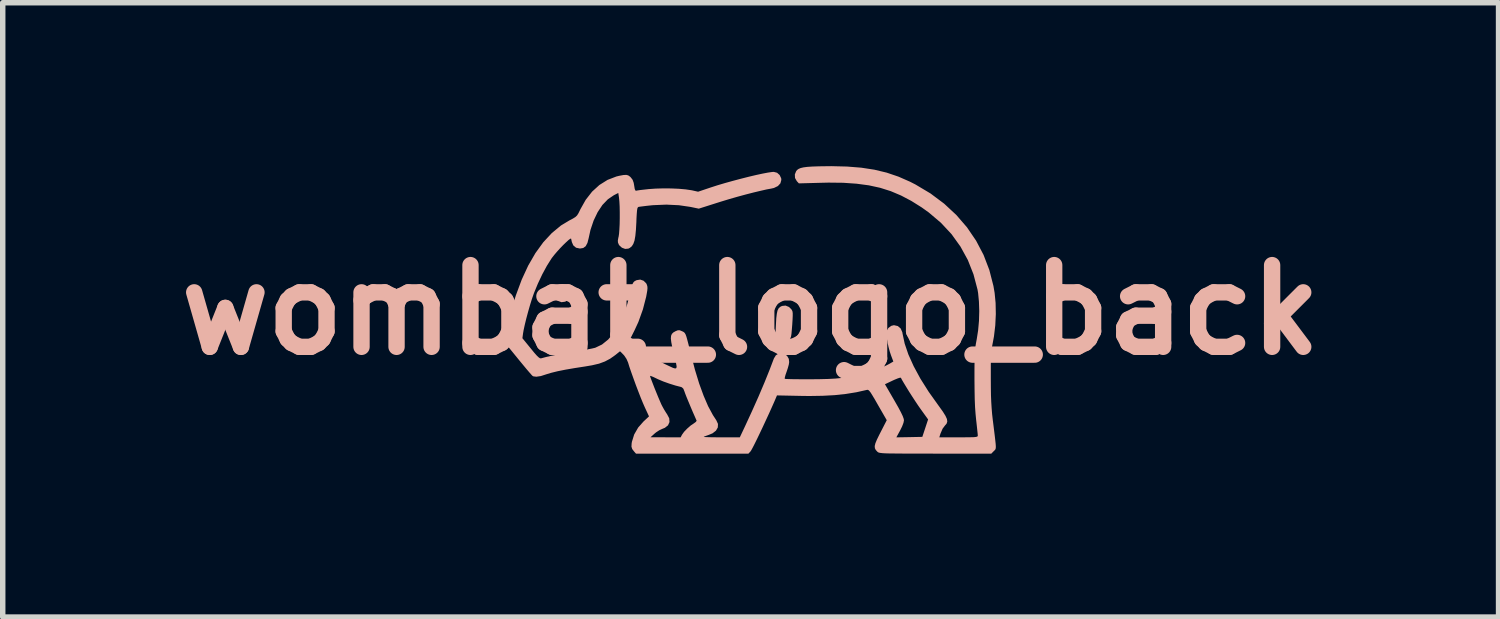
<source format=kicad_pcb>
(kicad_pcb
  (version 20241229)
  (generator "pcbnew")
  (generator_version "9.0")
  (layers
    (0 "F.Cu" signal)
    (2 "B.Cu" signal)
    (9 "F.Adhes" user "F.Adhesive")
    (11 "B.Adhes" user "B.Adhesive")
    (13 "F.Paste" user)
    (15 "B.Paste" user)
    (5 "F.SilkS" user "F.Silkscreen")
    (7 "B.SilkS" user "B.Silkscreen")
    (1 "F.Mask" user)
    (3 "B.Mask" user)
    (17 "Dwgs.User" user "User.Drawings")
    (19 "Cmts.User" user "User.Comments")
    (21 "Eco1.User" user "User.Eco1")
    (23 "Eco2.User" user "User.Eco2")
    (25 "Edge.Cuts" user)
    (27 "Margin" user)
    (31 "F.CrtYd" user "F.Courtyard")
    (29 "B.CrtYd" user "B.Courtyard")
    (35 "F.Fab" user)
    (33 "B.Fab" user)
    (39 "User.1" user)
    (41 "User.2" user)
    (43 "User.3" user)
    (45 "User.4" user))
  (footprint "wombat_logo_back"
    (layer "F.Cu")
    (at 10.729 2.638)
    (property "Reference" "wombat_logo_back" (at 0 0 0) (layer "B.SilkS") (effects (font (size 1.5 1.5) (thickness 0.3))))
    (attr board_only exclude_from_pos_files exclude_from_bom)
    (fp_poly (pts (xy -3.403 -0.47) (xy -3.365 -0.452) (xy -3.335 -0.421) (xy -3.296 -0.352) (xy -3.291 -0.283) (xy -3.32 -0.216) (xy -3.341 -0.192) (xy -3.404 -0.15) (xy -3.473 -0.141) (xy -3.542 -0.167) (xy -3.569 -0.186) (xy -3.605 -0.223) (xy -3.621 -0.262) (xy -3.624 -0.31) (xy -3.611 -0.388) (xy -3.573 -0.442) (xy -3.51 -0.47) (xy -3.459 -0.475)) (stroke (width 0) (type solid)) (fill yes) (layer "B.SilkS"))
    (fp_poly (pts (xy 0.702 -0.054) (xy 0.745 -0.013) (xy 0.759 0.008) (xy 0.768 0.031) (xy 0.772 0.062) (xy 0.772 0.109) (xy 0.769 0.178) (xy 0.763 0.274) (xy 0.755 0.371) (xy 0.749 0.439) (xy 0.742 0.485) (xy 0.732 0.515) (xy 0.719 0.536) (xy 0.7 0.554) (xy 0.697 0.556) (xy 0.634 0.592) (xy 0.569 0.594) (xy 0.508 0.562) (xy 0.498 0.552) (xy 0.452 0.506) (xy 0.464 0.268) (xy 0.47 0.154) (xy 0.48 0.071) (xy 0.493 0.012) (xy 0.513 -0.028) (xy 0.54 -0.054) (xy 0.575 -0.072) (xy 0.64 -0.079)) (stroke (width 0) (type solid)) (fill yes) (layer "B.SilkS"))
    (fp_poly (pts (xy 1.769 -2.631) (xy 2.031 -2.61) (xy 2.272 -2.573) (xy 2.497 -2.519) (xy 2.712 -2.446) (xy 2.924 -2.353) (xy 3.024 -2.302) (xy 3.301 -2.137) (xy 3.551 -1.95) (xy 3.775 -1.742) (xy 3.971 -1.515) (xy 4.138 -1.27) (xy 4.275 -1.009) (xy 4.381 -0.732) (xy 4.456 -0.44) (xy 4.478 -0.312) (xy 4.496 -0.127) (xy 4.5 0.076) (xy 4.49 0.285) (xy 4.466 0.486) (xy 4.447 0.589) (xy 4.435 0.651) (xy 4.425 0.709) (xy 4.418 0.767) (xy 4.413 0.831) (xy 4.41 0.909) (xy 4.408 1.004) (xy 4.408 1.124) (xy 4.408 1.258) (xy 4.409 1.426) (xy 4.411 1.568) (xy 4.416 1.69) (xy 4.423 1.802) (xy 4.432 1.912) (xy 4.445 2.027) (xy 4.448 2.049) (xy 4.466 2.194) (xy 4.48 2.307) (xy 4.49 2.394) (xy 4.497 2.458) (xy 4.5 2.504) (xy 4.499 2.534) (xy 4.495 2.554) (xy 4.487 2.568) (xy 4.477 2.579) (xy 4.463 2.592) (xy 4.462 2.593) (xy 4.417 2.639) (xy 3.39 2.639) (xy 3.174 2.638) (xy 2.991 2.638) (xy 2.837 2.638) (xy 2.711 2.637) (xy 2.608 2.636) (xy 2.527 2.635) (xy 2.464 2.633) (xy 2.418 2.63) (xy 2.384 2.626) (xy 2.361 2.622) (xy 2.345 2.617) (xy 2.334 2.61) (xy 2.325 2.603) (xy 2.296 2.571) (xy 2.28 2.539) (xy 2.277 2.5) (xy 2.289 2.45) (xy 2.317 2.382) (xy 2.361 2.292) (xy 2.382 2.251) (xy 2.498 2.025) (xy 2.335 1.742) (xy 2.278 1.642) (xy 2.234 1.569) (xy 2.203 1.519) (xy 2.179 1.488) (xy 2.161 1.472) (xy 2.145 1.467) (xy 2.128 1.47) (xy 1.941 1.512) (xy 1.748 1.543) (xy 1.544 1.565) (xy 1.322 1.577) (xy 1.076 1.581) (xy 0.923 1.579) (xy 0.483 1.57) (xy 0.441 1.669) (xy 0.391 1.782) (xy 0.337 1.902) (xy 0.28 2.025) (xy 0.223 2.148) (xy 0.168 2.264) (xy 0.117 2.37) (xy 0.072 2.461) (xy 0.035 2.533) (xy 0.009 2.58) (xy -0.003 2.598) (xy -0.041 2.639) (xy -1.073 2.639) (xy -2.105 2.639) (xy -2.14 2.599) (xy -2.174 2.555) (xy -2.188 2.511) (xy -2.185 2.454) (xy -2.18 2.422) (xy -2.138 2.287) (xy -2.065 2.16) (xy -1.967 2.049) (xy -1.866 1.955) (xy -1.942 1.791) (xy -1.975 1.716) (xy -2.016 1.617) (xy -2.061 1.501) (xy -2.108 1.378) (xy -2.153 1.254) (xy -2.168 1.212) (xy -1.847 1.212) (xy -1.841 1.236) (xy -1.823 1.284) (xy -1.797 1.352) (xy -1.766 1.432) (xy -1.732 1.516) (xy -1.698 1.599) (xy -1.666 1.674) (xy -1.64 1.734) (xy -1.626 1.762) (xy -1.591 1.826) (xy -1.553 1.888) (xy -1.534 1.916) (xy -1.495 1.99) (xy -1.49 2.059) (xy -1.517 2.119) (xy -1.575 2.165) (xy -1.622 2.184) (xy -1.676 2.209) (xy -1.736 2.248) (xy -1.765 2.272) (xy -1.838 2.338) (xy -1.562 2.339) (xy -1.285 2.339) (xy -1.26 2.291) (xy -1.222 2.238) (xy -1.165 2.179) (xy -1.1 2.122) (xy -1.042 2.083) (xy -1.007 2.057) (xy -0.992 2.036) (xy -0.993 2.032) (xy -1.028 1.952) (xy -1.068 1.861) (xy -1.108 1.766) (xy -1.146 1.675) (xy -1.179 1.595) (xy -1.203 1.533) (xy -1.215 1.499) (xy -1.235 1.448) (xy -1.262 1.422) (xy -1.283 1.414) (xy -1.38 1.389) (xy -1.492 1.354) (xy -1.604 1.314) (xy -1.701 1.273) (xy -1.728 1.26) (xy -1.784 1.233) (xy -1.826 1.216) (xy -1.846 1.211) (xy -1.847 1.212) (xy -2.168 1.212) (xy -2.194 1.139) (xy -2.228 1.04) (xy -2.25 0.967) (xy -2.279 0.901) (xy -2.322 0.837) (xy -2.334 0.824) (xy -2.397 0.759) (xy -2.487 0.831) (xy -2.579 0.896) (xy -2.675 0.947) (xy -2.783 0.987) (xy -2.911 1.017) (xy -3.04 1.039) (xy -3.228 1.068) (xy -3.397 1.097) (xy -3.542 1.126) (xy -3.66 1.155) (xy -3.746 1.181) (xy -3.746 1.181) (xy -3.852 1.215) (xy -3.934 1.227) (xy -3.99 1.22) (xy -4.005 1.211) (xy -4.024 1.191) (xy -4.062 1.148) (xy -4.115 1.086) (xy -4.178 1.01) (xy -4.249 0.924) (xy -4.271 0.897) (xy -4.507 0.607) (xy -4.496 0.504) (xy -4.48 0.392) (xy -4.453 0.256) (xy -4.417 0.104) (xy -4.373 -0.057) (xy -4.325 -0.218) (xy -4.309 -0.269) (xy -4.203 -0.554) (xy -4.084 -0.812) (xy -3.951 -1.042) (xy -3.806 -1.242) (xy -3.649 -1.411) (xy -3.482 -1.549) (xy -3.331 -1.64) (xy -3.263 -1.676) (xy -3.218 -1.704) (xy -3.187 -1.733) (xy -3.162 -1.772) (xy -3.134 -1.829) (xy -3.126 -1.846) (xy -3.028 -2.02) (xy -2.911 -2.17) (xy -2.777 -2.292) (xy -2.627 -2.386) (xy -2.466 -2.448) (xy -2.413 -2.461) (xy -2.337 -2.475) (xy -2.285 -2.478) (xy -2.248 -2.469) (xy -2.215 -2.446) (xy -2.2 -2.431) (xy -2.167 -2.388) (xy -2.147 -2.332) (xy -2.138 -2.28) (xy -2.128 -2.219) (xy -2.115 -2.19) (xy -2.103 -2.187) (xy -2.078 -2.192) (xy -2.025 -2.2) (xy -1.953 -2.208) (xy -1.873 -2.217) (xy -1.746 -2.226) (xy -1.606 -2.23) (xy -1.461 -2.229) (xy -1.321 -2.223) (xy -1.195 -2.212) (xy -1.093 -2.197) (xy -1.076 -2.194) (xy -0.965 -2.169) (xy -0.733 -2.247) (xy -0.609 -2.287) (xy -0.471 -2.328) (xy -0.327 -2.368) (xy -0.18 -2.407) (xy -0.038 -2.443) (xy 0.097 -2.475) (xy 0.217 -2.501) (xy 0.317 -2.52) (xy 0.393 -2.531) (xy 0.425 -2.533) (xy 0.485 -2.517) (xy 0.532 -2.475) (xy 0.56 -2.416) (xy 0.563 -2.386) (xy 0.546 -2.323) (xy 0.5 -2.273) (xy 0.428 -2.238) (xy 0.376 -2.226) (xy 0.293 -2.211) (xy 0.184 -2.186) (xy 0.054 -2.155) (xy -0.09 -2.118) (xy -0.241 -2.077) (xy -0.391 -2.034) (xy -0.536 -1.99) (xy -0.612 -1.966) (xy -0.952 -1.858) (xy -1.105 -1.89) (xy -1.317 -1.921) (xy -1.548 -1.932) (xy -1.787 -1.922) (xy -1.822 -1.919) (xy -1.906 -1.91) (xy -1.979 -1.901) (xy -2.034 -1.894) (xy -2.06 -1.89) (xy -2.071 -1.881) (xy -2.08 -1.861) (xy -2.086 -1.823) (xy -2.091 -1.763) (xy -2.096 -1.676) (xy -2.098 -1.613) (xy -2.106 -1.47) (xy -2.117 -1.358) (xy -2.132 -1.273) (xy -2.154 -1.211) (xy -2.182 -1.167) (xy -2.219 -1.137) (xy -2.246 -1.124) (xy -2.304 -1.119) (xy -2.363 -1.141) (xy -2.41 -1.183) (xy -2.421 -1.2) (xy -2.436 -1.237) (xy -2.438 -1.273) (xy -2.429 -1.325) (xy -2.424 -1.343) (xy -2.416 -1.396) (xy -2.41 -1.475) (xy -2.405 -1.574) (xy -2.403 -1.683) (xy -2.403 -1.794) (xy -2.405 -1.9) (xy -2.41 -1.991) (xy -2.417 -2.061) (xy -2.417 -2.062) (xy -2.43 -2.146) (xy -2.512 -2.104) (xy -2.621 -2.03) (xy -2.721 -1.926) (xy -2.808 -1.795) (xy -2.882 -1.641) (xy -2.94 -1.469) (xy -2.973 -1.319) (xy -2.996 -1.229) (xy -3.028 -1.169) (xy -3.073 -1.136) (xy -3.134 -1.126) (xy -3.205 -1.141) (xy -3.256 -1.184) (xy -3.282 -1.244) (xy -3.291 -1.285) (xy -3.296 -1.308) (xy -3.309 -1.307) (xy -3.341 -1.284) (xy -3.386 -1.243) (xy -3.44 -1.191) (xy -3.498 -1.131) (xy -3.555 -1.068) (xy -3.607 -1.007) (xy -3.649 -0.953) (xy -3.656 -0.943) (xy -3.74 -0.81) (xy -3.825 -0.653) (xy -3.905 -0.484) (xy -3.976 -0.312) (xy -3.983 -0.293) (xy -4.016 -0.198) (xy -4.051 -0.085) (xy -4.086 0.038) (xy -4.119 0.161) (xy -4.147 0.276) (xy -4.168 0.373) (xy -4.178 0.432) (xy -4.19 0.52) (xy -4.035 0.71) (xy -3.972 0.787) (xy -3.925 0.84) (xy -3.891 0.872) (xy -3.867 0.888) (xy -3.848 0.89) (xy -3.845 0.889) (xy -3.759 0.866) (xy -3.649 0.841) (xy -3.522 0.815) (xy -3.389 0.79) (xy -3.258 0.768) (xy -3.184 0.757) (xy -3.085 0.741) (xy -2.993 0.725) (xy -2.915 0.71) (xy -2.86 0.697) (xy -2.85 0.694) (xy -2.729 0.636) (xy -2.616 0.545) (xy -2.512 0.424) (xy -2.418 0.273) (xy -2.336 0.096) (xy -2.265 -0.106) (xy -2.214 -0.304) (xy -2.194 -0.394) (xy -2.176 -0.455) (xy -2.159 -0.495) (xy -2.138 -0.521) (xy -2.109 -0.538) (xy -2.094 -0.545) (xy -2.027 -0.556) (xy -1.966 -0.535) (xy -1.918 -0.488) (xy -1.907 -0.466) (xy -1.897 -0.435) (xy -1.894 -0.4) (xy -1.898 -0.353) (xy -1.91 -0.285) (xy -1.918 -0.241) (xy -1.978 -0.009) (xy -2.061 0.222) (xy -2.132 0.376) (xy -2.202 0.515) (xy -2.108 0.611) (xy -1.98 0.729) (xy -1.833 0.842) (xy -1.68 0.939) (xy -1.574 0.995) (xy -1.487 1.036) (xy -1.425 1.065) (xy -1.385 1.076) (xy -1.364 1.068) (xy -1.359 1.038) (xy -1.369 0.981) (xy -1.389 0.895) (xy -1.411 0.807) (xy -1.439 0.686) (xy -1.457 0.594) (xy -1.465 0.525) (xy -1.461 0.476) (xy -1.446 0.441) (xy -1.419 0.414) (xy -1.38 0.392) (xy -1.378 0.391) (xy -1.336 0.374) (xy -1.302 0.374) (xy -1.259 0.392) (xy -1.259 0.392) (xy -1.237 0.402) (xy -1.221 0.413) (xy -1.207 0.429) (xy -1.193 0.454) (xy -1.179 0.493) (xy -1.163 0.551) (xy -1.142 0.631) (xy -1.116 0.739) (xy -1.098 0.809) (xy -1.023 1.098) (xy -0.945 1.353) (xy -0.864 1.575) (xy -0.781 1.768) (xy -0.693 1.931) (xy -0.631 2.026) (xy -0.6 2.093) (xy -0.603 2.158) (xy -0.637 2.217) (xy -0.7 2.266) (xy -0.77 2.295) (xy -0.82 2.313) (xy -0.854 2.326) (xy -0.862 2.332) (xy -0.845 2.334) (xy -0.799 2.336) (xy -0.728 2.338) (xy -0.638 2.339) (xy -0.535 2.339) (xy -0.53 2.339) (xy -0.199 2.339) (xy -0.106 2.142) (xy 0.024 1.86) (xy 0.145 1.589) (xy 0.24 1.365) (xy 2.465 1.365) (xy 2.64 1.667) (xy 2.708 1.786) (xy 2.758 1.88) (xy 2.791 1.949) (xy 2.809 1.999) (xy 2.814 2.027) (xy 2.805 2.073) (xy 2.78 2.139) (xy 2.744 2.212) (xy 2.674 2.34) (xy 2.912 2.336) (xy 3.151 2.331) (xy 3.204 2.171) (xy 3.257 2.011) (xy 3.123 1.825) (xy 3.076 1.758) (xy 3.022 1.677) (xy 2.965 1.59) (xy 2.908 1.501) (xy 2.856 1.416) (xy 2.811 1.342) (xy 2.777 1.284) (xy 2.759 1.249) (xy 2.757 1.245) (xy 2.74 1.245) (xy 2.699 1.258) (xy 2.641 1.282) (xy 2.608 1.297) (xy 2.465 1.365) (xy 0.24 1.365) (xy 0.254 1.332) (xy 0.349 1.096) (xy 0.427 0.891) (xy 0.462 0.834) (xy 0.512 0.802) (xy 0.568 0.795) (xy 0.623 0.81) (xy 0.669 0.845) (xy 0.7 0.899) (xy 0.707 0.958) (xy 0.7 1.004) (xy 0.682 1.069) (xy 0.66 1.135) (xy 0.639 1.195) (xy 0.627 1.241) (xy 0.625 1.264) (xy 0.626 1.265) (xy 0.645 1.268) (xy 0.696 1.27) (xy 0.771 1.272) (xy 0.868 1.273) (xy 0.98 1.274) (xy 1.088 1.274) (xy 1.269 1.272) (xy 1.423 1.268) (xy 1.556 1.261) (xy 1.676 1.249) (xy 1.789 1.233) (xy 1.904 1.211) (xy 2.027 1.183) (xy 2.05 1.177) (xy 2.162 1.146) (xy 2.282 1.106) (xy 2.397 1.061) (xy 2.496 1.017) (xy 2.554 0.986) (xy 2.619 0.948) (xy 2.576 0.834) (xy 2.552 0.762) (xy 2.53 0.679) (xy 2.512 0.592) (xy 2.497 0.51) (xy 2.49 0.443) (xy 2.49 0.399) (xy 2.492 0.392) (xy 2.528 0.332) (xy 2.581 0.293) (xy 2.63 0.281) (xy 2.701 0.297) (xy 2.753 0.341) (xy 2.784 0.411) (xy 2.788 0.436) (xy 2.827 0.619) (xy 2.895 0.819) (xy 2.992 1.034) (xy 3.116 1.263) (xy 3.268 1.504) (xy 3.447 1.755) (xy 3.458 1.77) (xy 3.528 1.868) (xy 3.576 1.945) (xy 3.603 2.004) (xy 3.609 2.051) (xy 3.596 2.089) (xy 3.568 2.121) (xy 3.523 2.181) (xy 3.483 2.274) (xy 3.475 2.3) (xy 3.463 2.339) (xy 3.816 2.339) (xy 3.936 2.339) (xy 4.025 2.338) (xy 4.088 2.337) (xy 4.129 2.333) (xy 4.154 2.328) (xy 4.165 2.321) (xy 4.169 2.31) (xy 4.169 2.307) (xy 4.167 2.278) (xy 4.161 2.221) (xy 4.153 2.145) (xy 4.143 2.055) (xy 4.139 2.021) (xy 4.128 1.909) (xy 4.119 1.786) (xy 4.113 1.643) (xy 4.11 1.478) (xy 4.108 1.283) (xy 4.108 1.258) (xy 4.108 1.107) (xy 4.109 0.986) (xy 4.11 0.888) (xy 4.113 0.81) (xy 4.118 0.744) (xy 4.124 0.685) (xy 4.133 0.628) (xy 4.144 0.568) (xy 4.15 0.536) (xy 4.175 0.377) (xy 4.191 0.201) (xy 4.196 0.021) (xy 4.19 -0.153) (xy 4.175 -0.309) (xy 4.164 -0.373) (xy 4.09 -0.653) (xy 3.986 -0.916) (xy 3.851 -1.162) (xy 3.687 -1.39) (xy 3.492 -1.599) (xy 3.269 -1.788) (xy 3.139 -1.881) (xy 2.949 -2) (xy 2.761 -2.099) (xy 2.572 -2.179) (xy 2.376 -2.241) (xy 2.169 -2.286) (xy 1.944 -2.316) (xy 1.699 -2.333) (xy 1.427 -2.336) (xy 1.3 -2.333) (xy 0.885 -2.322) (xy 0.847 -2.363) (xy 0.814 -2.421) (xy 0.811 -2.487) (xy 0.836 -2.548) (xy 0.854 -2.569) (xy 0.881 -2.588) (xy 0.919 -2.604) (xy 0.971 -2.616) (xy 1.041 -2.625) (xy 1.133 -2.631) (xy 1.25 -2.635) (xy 1.398 -2.637) (xy 1.481 -2.638)) (stroke (width 0) (type solid)) (fill yes) (layer "B.SilkS")))
  (gr_rect
    (start -3 -3)
    (end 24.457 8.276)
    (stroke (width 0.1) (type default))
    (fill no)
    (layer "Edge.Cuts")))
</source>
